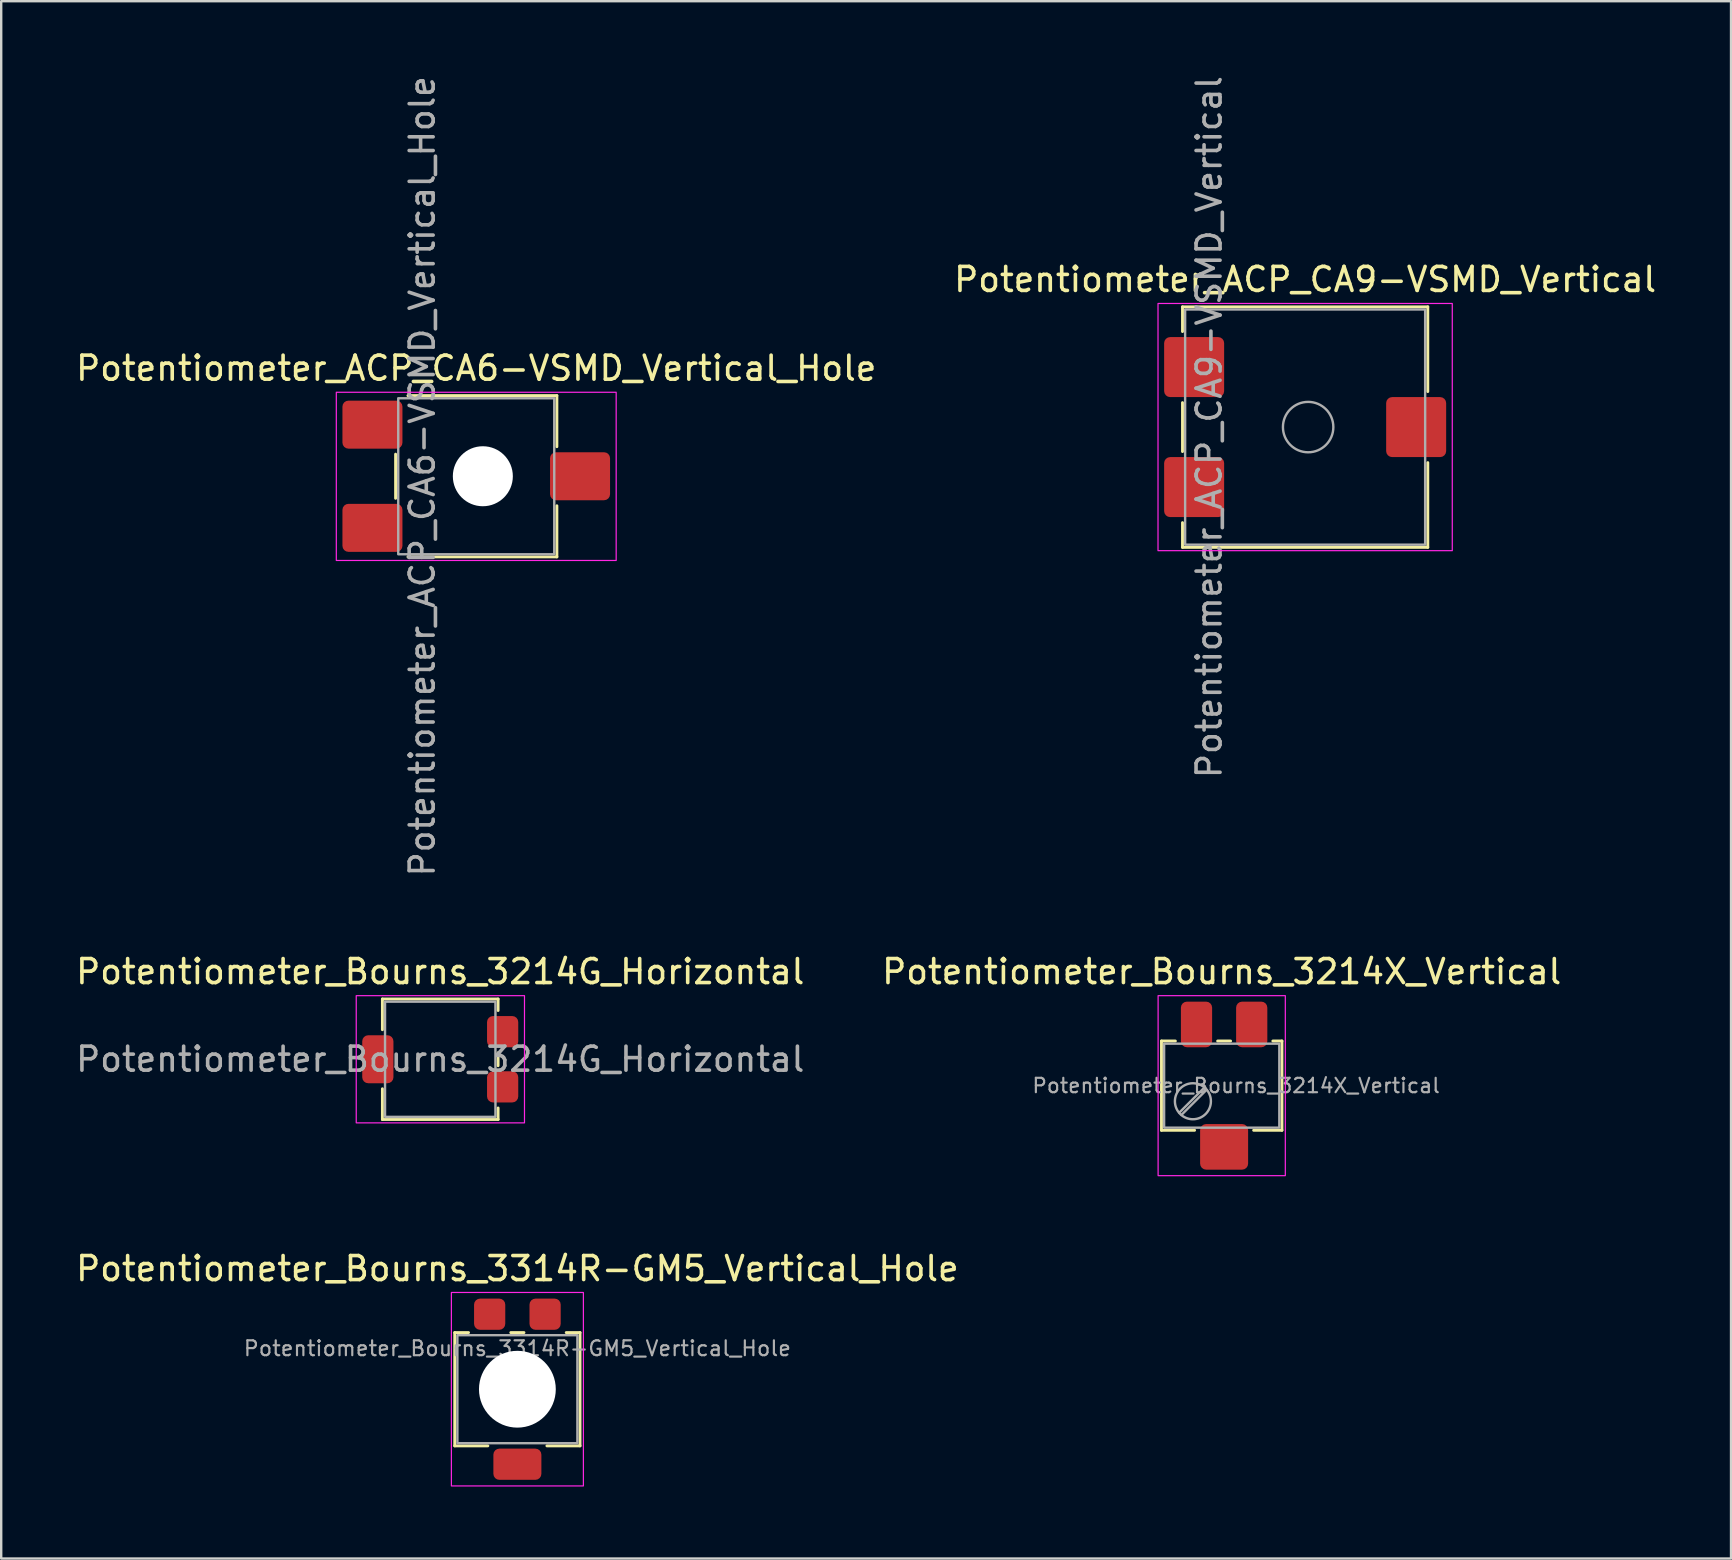
<source format=kicad_pcb>
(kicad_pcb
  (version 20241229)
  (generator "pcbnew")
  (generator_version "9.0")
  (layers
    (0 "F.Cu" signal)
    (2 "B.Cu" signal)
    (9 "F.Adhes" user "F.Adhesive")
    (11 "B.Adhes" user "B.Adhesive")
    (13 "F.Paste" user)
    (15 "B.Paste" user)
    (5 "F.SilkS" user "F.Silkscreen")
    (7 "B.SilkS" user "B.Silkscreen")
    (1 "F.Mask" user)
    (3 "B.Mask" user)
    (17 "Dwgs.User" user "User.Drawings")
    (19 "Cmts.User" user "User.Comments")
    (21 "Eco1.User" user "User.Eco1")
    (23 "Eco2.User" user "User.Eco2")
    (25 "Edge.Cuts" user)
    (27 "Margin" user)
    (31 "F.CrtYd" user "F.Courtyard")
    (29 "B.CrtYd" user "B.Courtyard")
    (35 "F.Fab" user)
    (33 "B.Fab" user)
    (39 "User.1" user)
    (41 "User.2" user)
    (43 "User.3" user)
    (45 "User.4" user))
  (footprint "Potentiometer_Bourns_3314R-GM5_Vertical_Hole"
    (layer "F.Cu")
    (at 18.506 54.83)
    (property "Reference" "Potentiometer_Bourns_3314R-GM5_Vertical_Hole" (at 0 -5.025 0) (layer "F.SilkS") (effects (font (size 1 1) (thickness 0.15))))
    (attr smd)
    (fp_line (start -2.61 -2.36) (end -2.61 2.36) (stroke (width 0.12) (type solid)) (layer "F.SilkS"))
    (fp_line (start -2.61 -2.36) (end -2.035 -2.36) (stroke (width 0.12) (type solid)) (layer "F.SilkS"))
    (fp_line (start -2.61 2.36) (end -1.23 2.36) (stroke (width 0.12) (type solid)) (layer "F.SilkS"))
    (fp_line (start -0.275 -2.36) (end 0.275 -2.36) (stroke (width 0.12) (type solid)) (layer "F.SilkS"))
    (fp_line (start 1.23 2.36) (end 2.61 2.36) (stroke (width 0.12) (type solid)) (layer "F.SilkS"))
    (fp_line (start 2.035 -2.36) (end 2.61 -2.36) (stroke (width 0.12) (type solid)) (layer "F.SilkS"))
    (fp_line (start 2.61 -2.36) (end 2.61 2.36) (stroke (width 0.12) (type solid)) (layer "F.SilkS"))
    (fp_rect (start -2.75 -4.03) (end 2.75 4.03) (stroke (width 0.05) (type solid)) (fill no) (layer "F.CrtYd"))
    (fp_rect (start -2.5 -2.25) (end 2.5 2.25) (stroke (width 0.1) (type solid)) (fill no) (layer "F.Fab"))
    (fp_text user "${REFERENCE}" (at 0 -1.7 0) (layer "F.Fab") (effects (font (size 0.62 0.62) (thickness 0.09))))
    (pad "" np_thru_hole circle (at 0 0) (size 3.2 3.2) (drill 3.2) (layers "*.Cu" "*.Mask"))
    (pad "1" smd roundrect (at 1.155 -3.125) (size 1.3 1.3) (layers "F.Cu" "F.Mask" "F.Paste") (roundrect_rratio 0.192))
    (pad "2" smd roundrect (at 0 3.125) (size 2 1.3) (layers "F.Cu" "F.Mask" "F.Paste") (roundrect_rratio 0.192))
    (pad "3" smd roundrect (at -1.155 -3.125) (size 1.3 1.3) (layers "F.Cu" "F.Mask" "F.Paste") (roundrect_rratio 0.192)))
  (footprint "Potentiometer_Bourns_3214X_Vertical"
    (layer "F.Cu")
    (at 47.951 42.182)
    (property "Reference" "Potentiometer_Bourns_3214X_Vertical" (at -0.1 -4.75 0) (layer "F.SilkS") (effects (font (size 1 1) (thickness 0.15))))
    (attr smd)
    (fp_line (start -2.61 -1.86) (end -2.61 1.86) (stroke (width 0.12) (type solid)) (layer "F.SilkS"))
    (fp_line (start -2.61 -1.86) (end -2.03 -1.86) (stroke (width 0.12) (type solid)) (layer "F.SilkS"))
    (fp_line (start -2.61 1.86) (end -1.23 1.86) (stroke (width 0.12) (type solid)) (layer "F.SilkS"))
    (fp_line (start -0.27 -1.86) (end 0.27 -1.86) (stroke (width 0.12) (type solid)) (layer "F.SilkS"))
    (fp_line (start 1.23 1.86) (end 2.41 1.86) (stroke (width 0.12) (type solid)) (layer "F.SilkS"))
    (fp_line (start 2.03 -1.86) (end 2.41 -1.86) (stroke (width 0.12) (type solid)) (layer "F.SilkS"))
    (fp_line (start 2.41 -1.86) (end 2.41 1.86) (stroke (width 0.12) (type solid)) (layer "F.SilkS"))
    (fp_rect (start -2.75 -3.75) (end 2.55 3.75) (stroke (width 0.05) (type solid)) (fill no) (layer "F.CrtYd"))
    (fp_line (start -0.823 0.081) (end -1.869 1.127) (stroke (width 0.1) (type solid)) (layer "F.Fab"))
    (fp_line (start -0.731 0.173) (end -1.777 1.219) (stroke (width 0.1) (type solid)) (layer "F.Fab"))
    (fp_rect (start -2.5 -1.75) (end 2.3 1.75) (stroke (width 0.1) (type solid)) (fill no) (layer "F.Fab"))
    (fp_circle (center -1.3 0.65) (end -0.55 0.65) (stroke (width 0.1) (type solid)) (fill no) (layer "F.Fab"))
    (fp_text user "${REFERENCE}" (at 0.5 0 0) (layer "F.Fab") (effects (font (size 0.6 0.6) (thickness 0.09))))
    (pad "1" smd roundrect (at 1.15 -2.55) (size 1.3 1.9) (layers "F.Cu" "F.Mask" "F.Paste") (roundrect_rratio 0.192))
    (pad "2" smd roundrect (at 0 2.55) (size 2 1.9) (layers "F.Cu" "F.Mask" "F.Paste") (roundrect_rratio 0.132))
    (pad "3" smd roundrect (at -1.15 -2.55) (size 1.3 1.9) (layers "F.Cu" "F.Mask" "F.Paste") (roundrect_rratio 0.192)))
  (footprint "Potentiometer_ACP_CA9-VSMD_Vertical"
    (layer "F.Cu")
    (at 51.327 14.744)
    (property "Reference" "Potentiometer_ACP_CA9-VSMD_Vertical" (at 0 -6.15 0) (layer "F.SilkS") (effects (font (size 1 1) (thickness 0.15))))
    (attr smd)
    (fp_line (start -5.11 -5.01) (end -5.11 -3.98) (stroke (width 0.12) (type solid)) (layer "F.SilkS"))
    (fp_line (start -5.11 -5.01) (end 5.11 -5.01) (stroke (width 0.12) (type solid)) (layer "F.SilkS"))
    (fp_line (start -5.11 -1.02) (end -5.11 1.02) (stroke (width 0.12) (type solid)) (layer "F.SilkS"))
    (fp_line (start -5.11 3.98) (end -5.11 5.01) (stroke (width 0.12) (type solid)) (layer "F.SilkS"))
    (fp_line (start -5.11 5.01) (end 5.11 5.01) (stroke (width 0.12) (type solid)) (layer "F.SilkS"))
    (fp_line (start 5.11 -5.01) (end 5.11 -1.48) (stroke (width 0.12) (type solid)) (layer "F.SilkS"))
    (fp_line (start 5.11 1.48) (end 5.11 5.01) (stroke (width 0.12) (type solid)) (layer "F.SilkS"))
    (fp_rect (start -6.13 -5.15) (end 6.13 5.15) (stroke (width 0.05) (type solid)) (fill no) (layer "F.CrtYd"))
    (fp_rect (start -5 -4.9) (end 5 4.9) (stroke (width 0.1) (type solid)) (fill no) (layer "F.Fab"))
    (fp_circle (center 0.125 0) (end 1.175 0) (stroke (width 0.1) (type solid)) (fill no) (layer "F.Fab"))
    (fp_text user "${REFERENCE}" (at -4 0 90) (layer "F.Fab") (effects (font (size 1 1) (thickness 0.15))))
    (pad "1" smd roundrect (at -4.625 2.5) (size 2.5 2.5) (layers "F.Cu" "F.Mask" "F.Paste") (roundrect_rratio 0.1))
    (pad "2" smd roundrect (at 4.625 0) (size 2.5 2.5) (layers "F.Cu" "F.Mask" "F.Paste") (roundrect_rratio 0.1))
    (pad "3" smd roundrect (at -4.625 -2.5) (size 2.5 2.5) (layers "F.Cu" "F.Mask" "F.Paste") (roundrect_rratio 0.1)))
  (footprint "Potentiometer_ACP_CA6-VSMD_Vertical_Hole"
    (layer "F.Cu")
    (at 16.792 16.792)
    (property "Reference" "Potentiometer_ACP_CA6-VSMD_Vertical_Hole" (at 0 -4.5 0) (layer "F.SilkS") (effects (font (size 1 1) (thickness 0.15))))
    (attr smd)
    (fp_line (start -3.36 -0.92) (end -3.36 0.92) (stroke (width 0.12) (type solid)) (layer "F.SilkS"))
    (fp_line (start -2.845 -3.36) (end 3.36 -3.36) (stroke (width 0.12) (type solid)) (layer "F.SilkS"))
    (fp_line (start -2.845 3.36) (end 3.36 3.36) (stroke (width 0.12) (type solid)) (layer "F.SilkS"))
    (fp_line (start 3.36 -3.36) (end 3.36 -1.23) (stroke (width 0.12) (type solid)) (layer "F.SilkS"))
    (fp_line (start 3.36 1.23) (end 3.36 3.36) (stroke (width 0.12) (type solid)) (layer "F.SilkS"))
    (fp_rect (start -5.83 -3.5) (end 5.83 3.51) (stroke (width 0.05) (type solid)) (fill no) (layer "F.CrtYd"))
    (fp_rect (start -3.25 -3.25) (end 3.25 3.25) (stroke (width 0.1) (type solid)) (fill no) (layer "F.Fab"))
    (fp_text user "${REFERENCE}" (at -2.25 0 90) (layer "F.Fab") (effects (font (size 1 1) (thickness 0.15))))
    (pad "" np_thru_hole circle (at 0.275 0) (size 2.5 2.5) (drill 2.5) (layers "*.Cu" "*.Mask"))
    (pad "1" smd roundrect (at -4.325 2.15) (size 2.5 2) (layers "F.Cu" "F.Mask" "F.Paste") (roundrect_rratio 0.125))
    (pad "2" smd roundrect (at 4.325 0) (size 2.5 2) (layers "F.Cu" "F.Mask" "F.Paste") (roundrect_rratio 0.125))
    (pad "3" smd roundrect (at -4.325 -2.15) (size 2.5 2) (layers "F.Cu" "F.Mask" "F.Paste") (roundrect_rratio 0.125)))
  (footprint "Potentiometer_Bourns_3214G_Horizontal"
    (layer "F.Cu")
    (at 15.292 41.082)
    (property "Reference" "Potentiometer_Bourns_3214G_Horizontal" (at 0 -3.65 0) (layer "F.SilkS") (effects (font (size 1 1) (thickness 0.15))))
    (attr smd)
    (fp_line (start -2.41 -2.51) (end -2.41 -1.23) (stroke (width 0.12) (type solid)) (layer "F.SilkS"))
    (fp_line (start -2.41 -2.51) (end 2.41 -2.51) (stroke (width 0.12) (type solid)) (layer "F.SilkS"))
    (fp_line (start -2.41 1.23) (end -2.41 2.51) (stroke (width 0.12) (type solid)) (layer "F.SilkS"))
    (fp_line (start -2.41 2.51) (end 2.41 2.51) (stroke (width 0.12) (type solid)) (layer "F.SilkS"))
    (fp_line (start 2.41 -2.51) (end 2.41 -2.03) (stroke (width 0.12) (type solid)) (layer "F.SilkS"))
    (fp_line (start 2.41 -0.27) (end 2.41 0.27) (stroke (width 0.12) (type solid)) (layer "F.SilkS"))
    (fp_line (start 2.41 2.03) (end 2.41 2.51) (stroke (width 0.12) (type solid)) (layer "F.SilkS"))
    (fp_rect (start -3.5 -2.65) (end 3.51 2.65) (stroke (width 0.05) (type solid)) (fill no) (layer "F.CrtYd"))
    (fp_rect (start -2.3 -2.4) (end 2.3 2.4) (stroke (width 0.1) (type solid)) (fill no) (layer "F.Fab"))
    (fp_text user "${REFERENCE}" (at 0 0 0) (layer "F.Fab") (effects (font (size 1 1) (thickness 0.15))))
    (pad "1" smd roundrect (at 2.6 -1.15) (size 1.3 1.3) (layers "F.Cu" "F.Mask" "F.Paste") (roundrect_rratio 0.192))
    (pad "2" smd roundrect (at -2.6 0) (size 1.3 2) (layers "F.Cu" "F.Mask" "F.Paste") (roundrect_rratio 0.192))
    (pad "3" smd roundrect (at 2.6 1.15) (size 1.3 1.3) (layers "F.Cu" "F.Mask" "F.Paste") (roundrect_rratio 0.192)))
  (gr_rect
    (start -3 -3)
    (end 69.071 61.885)
    (stroke (width 0.1) (type default))
    (fill no)
    (layer "Edge.Cuts")))
</source>
